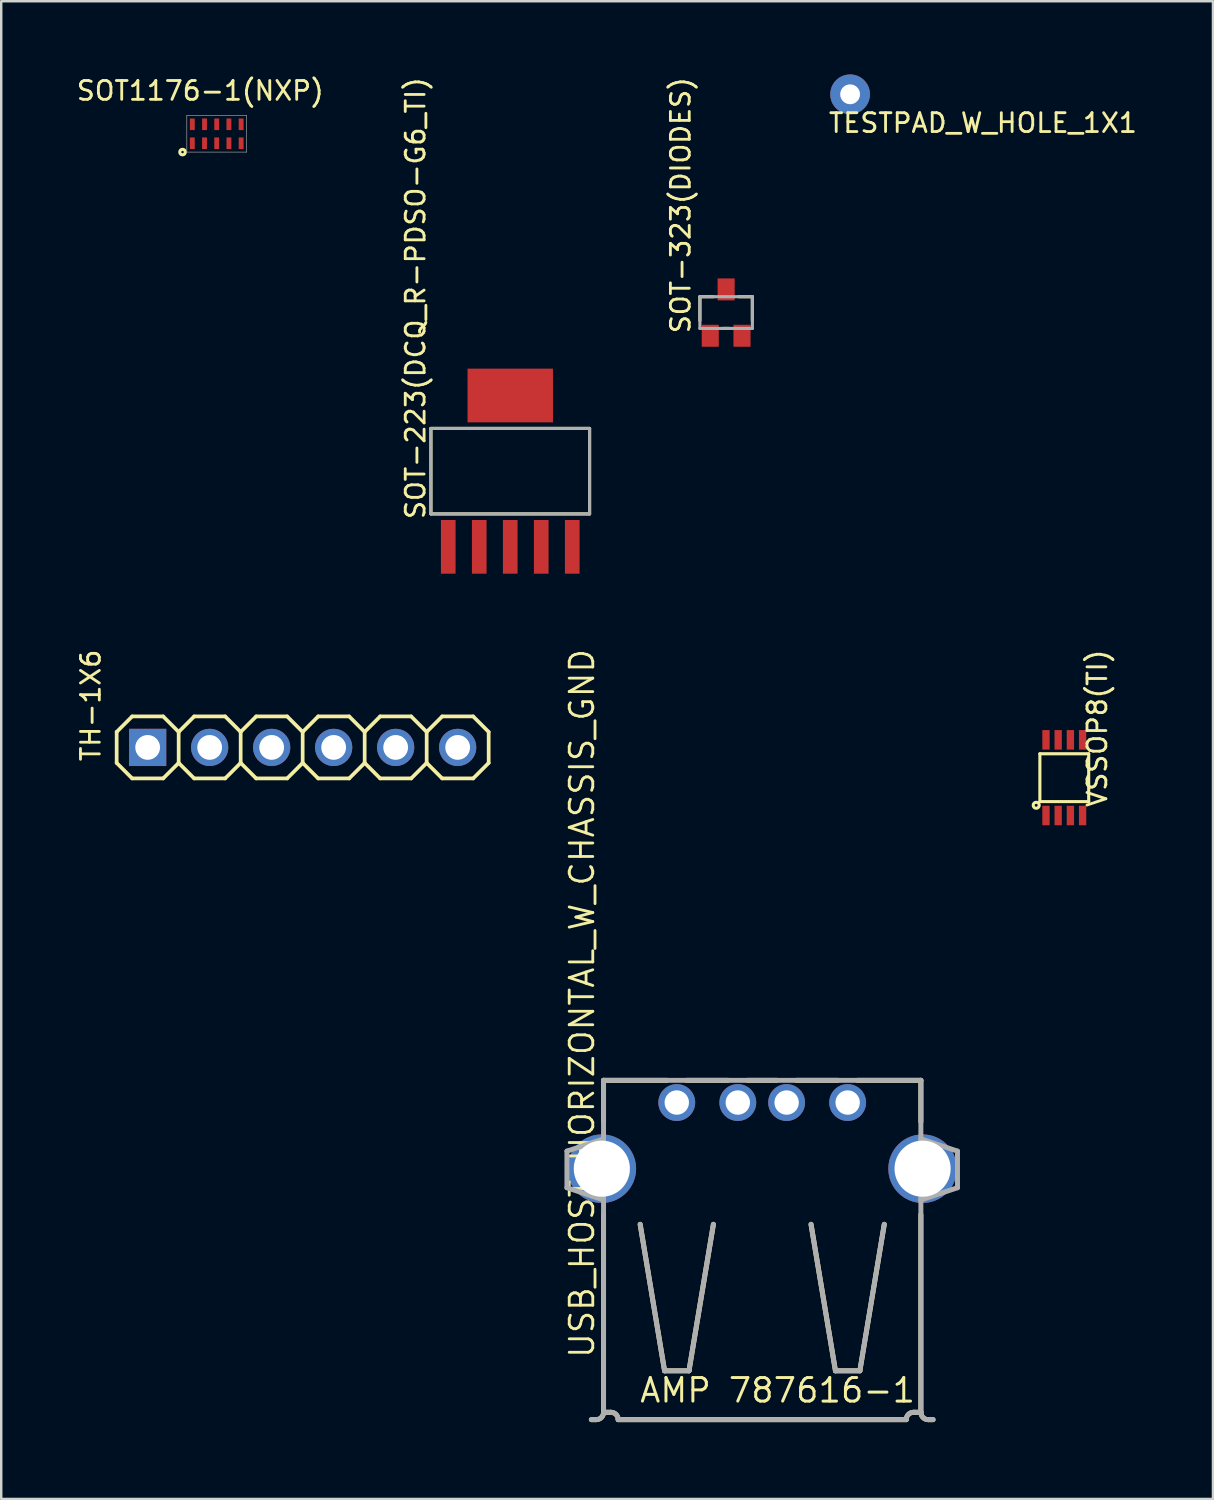
<source format=kicad_pcb>
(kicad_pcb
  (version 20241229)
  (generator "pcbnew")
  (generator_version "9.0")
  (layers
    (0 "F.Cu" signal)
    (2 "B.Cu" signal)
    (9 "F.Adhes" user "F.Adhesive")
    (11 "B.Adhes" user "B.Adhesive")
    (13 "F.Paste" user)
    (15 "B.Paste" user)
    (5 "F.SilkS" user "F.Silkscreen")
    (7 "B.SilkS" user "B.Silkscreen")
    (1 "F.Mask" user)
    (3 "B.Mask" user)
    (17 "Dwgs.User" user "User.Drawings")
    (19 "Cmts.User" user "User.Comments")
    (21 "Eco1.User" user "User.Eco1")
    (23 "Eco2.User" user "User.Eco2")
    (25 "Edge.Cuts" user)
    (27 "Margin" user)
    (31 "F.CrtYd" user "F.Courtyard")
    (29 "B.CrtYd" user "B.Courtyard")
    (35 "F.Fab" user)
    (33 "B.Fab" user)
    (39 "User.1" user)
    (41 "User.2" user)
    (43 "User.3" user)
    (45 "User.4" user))
  (footprint "USB_HOST_HORIZONTAL_W_CHASSIS_GND"
    (layer "F.Cu")
    (at 28.175 55.107)
    (property "Reference" "USB_HOST_HORIZONTAL_W_CHASSIS_GND" (at -6.817 -2.453 270) (layer "F.SilkS") (effects (font (size 0.965 0.965) (thickness 0.116)) (justify left bottom)))
    (attr through_hole)
    (fp_line (start -6.8 0) (end -7 0) (stroke (width 0.203) (type solid)) (layer "F.SilkS"))
    (fp_line (start -6.5 -13.9) (end -6.5 -12.2) (stroke (width 0.203) (type solid)) (layer "F.SilkS"))
    (fp_line (start -6.5 -8.4) (end -6.5 -0.3) (stroke (width 0.203) (type solid)) (layer "F.SilkS"))
    (fp_line (start -6.5 -0.3) (end -6.5 -0.3) (stroke (width 0.203) (type solid)) (layer "F.SilkS"))
    (fp_line (start -6.5 -0.3) (end -6.2 -0.3) (stroke (width 0.203) (type solid)) (layer "F.SilkS"))
    (fp_line (start -5.9 0) (end 5.9 0) (stroke (width 0.203) (type solid)) (layer "F.SilkS"))
    (fp_line (start -5 -8) (end -4 -2) (stroke (width 0.203) (type solid)) (layer "F.SilkS"))
    (fp_line (start -4 -2) (end -3 -2) (stroke (width 0.203) (type solid)) (layer "F.SilkS"))
    (fp_line (start -3.9 -13.9) (end -6.5 -13.9) (stroke (width 0.203) (type solid)) (layer "F.SilkS"))
    (fp_line (start -3 -2) (end -2 -8) (stroke (width 0.203) (type solid)) (layer "F.SilkS"))
    (fp_line (start -1.4 -13.9) (end -3.1 -13.9) (stroke (width 0.203) (type solid)) (layer "F.SilkS"))
    (fp_line (start 0.6 -13.9) (end -0.6 -13.9) (stroke (width 0.203) (type solid)) (layer "F.SilkS"))
    (fp_line (start 3 -2) (end 2 -8) (stroke (width 0.203) (type solid)) (layer "F.SilkS"))
    (fp_line (start 3.1 -13.9) (end 1.4 -13.9) (stroke (width 0.203) (type solid)) (layer "F.SilkS"))
    (fp_line (start 4 -2) (end 3 -2) (stroke (width 0.203) (type solid)) (layer "F.SilkS"))
    (fp_line (start 5 -8) (end 4 -2) (stroke (width 0.203) (type solid)) (layer "F.SilkS"))
    (fp_line (start 6.2 -0.3) (end 6.5 -0.3) (stroke (width 0.203) (type solid)) (layer "F.SilkS"))
    (fp_line (start 6.5 -13.9) (end 3.9 -13.9) (stroke (width 0.203) (type solid)) (layer "F.SilkS"))
    (fp_line (start 6.5 -12.2) (end 6.5 -13.9) (stroke (width 0.203) (type solid)) (layer "F.SilkS"))
    (fp_line (start 6.5 -0.3) (end 6.5 -8.4) (stroke (width 0.203) (type solid)) (layer "F.SilkS"))
    (fp_line (start 6.8 0) (end 7 0) (stroke (width 0.203) (type solid)) (layer "F.SilkS"))
    (fp_arc (start -6.4999 -0.3) (mid -6.587768 -0.087868) (end -6.7999 0) (stroke (width 0.2032) (type solid)) (layer "F.SilkS"))
    (fp_arc (start -6.2 -0.3) (mid -5.987868 -0.212132) (end -5.9 0) (stroke (width 0.2032) (type solid)) (layer "F.SilkS"))
    (fp_arc (start 5.9 0) (mid 5.987862 -0.212167) (end 6.199999 -0.300099) (stroke (width 0.2032) (type solid)) (layer "F.SilkS"))
    (fp_arc (start 6.8 0) (mid 6.587868 -0.087868) (end 6.5 -0.3) (stroke (width 0.2032) (type solid)) (layer "F.SilkS"))
    (fp_line (start -8 -11) (end -8 -9.5) (stroke (width 0.203) (type solid)) (layer "F.Fab"))
    (fp_line (start -8 -9.5) (end -6.5 -9) (stroke (width 0.203) (type solid)) (layer "F.Fab"))
    (fp_line (start -6.8 0) (end -7 0) (stroke (width 0.203) (type solid)) (layer "F.Fab"))
    (fp_line (start -6.5 -13.9) (end -6.5 -11.5) (stroke (width 0.203) (type solid)) (layer "F.Fab"))
    (fp_line (start -6.5 -11.5) (end -8 -11) (stroke (width 0.203) (type solid)) (layer "F.Fab"))
    (fp_line (start -6.5 -11.5) (end -6.5 -9) (stroke (width 0.203) (type solid)) (layer "F.Fab"))
    (fp_line (start -6.5 -9) (end -6.5 -0.3) (stroke (width 0.203) (type solid)) (layer "F.Fab"))
    (fp_line (start -6.5 -0.3) (end -6.5 -0.3) (stroke (width 0.203) (type solid)) (layer "F.Fab"))
    (fp_line (start -6.5 -0.3) (end -6.2 -0.3) (stroke (width 0.203) (type solid)) (layer "F.Fab"))
    (fp_line (start -5.9 0) (end 5.9 0) (stroke (width 0.203) (type solid)) (layer "F.Fab"))
    (fp_line (start -5 -8) (end -4 -2) (stroke (width 0.203) (type solid)) (layer "F.Fab"))
    (fp_line (start -4 -2) (end -3 -2) (stroke (width 0.203) (type solid)) (layer "F.Fab"))
    (fp_line (start -3 -2) (end -2 -8) (stroke (width 0.203) (type solid)) (layer "F.Fab"))
    (fp_line (start 3 -2) (end 2 -8) (stroke (width 0.203) (type solid)) (layer "F.Fab"))
    (fp_line (start 4 -2) (end 3 -2) (stroke (width 0.203) (type solid)) (layer "F.Fab"))
    (fp_line (start 5 -8) (end 4 -2) (stroke (width 0.203) (type solid)) (layer "F.Fab"))
    (fp_line (start 6.2 -0.3) (end 6.5 -0.3) (stroke (width 0.203) (type solid)) (layer "F.Fab"))
    (fp_line (start 6.5 -13.9) (end -6.5 -13.9) (stroke (width 0.203) (type solid)) (layer "F.Fab"))
    (fp_line (start 6.5 -11.5) (end 6.5 -13.9) (stroke (width 0.203) (type solid)) (layer "F.Fab"))
    (fp_line (start 6.5 -11.5) (end 8 -11) (stroke (width 0.203) (type solid)) (layer "F.Fab"))
    (fp_line (start 6.5 -9) (end 6.5 -11.5) (stroke (width 0.203) (type solid)) (layer "F.Fab"))
    (fp_line (start 6.5 -0.3) (end 6.5 -9) (stroke (width 0.203) (type solid)) (layer "F.Fab"))
    (fp_line (start 6.8 0) (end 7 0) (stroke (width 0.203) (type solid)) (layer "F.Fab"))
    (fp_line (start 8 -11) (end 8 -9.5) (stroke (width 0.203) (type solid)) (layer "F.Fab"))
    (fp_line (start 8 -9.5) (end 6.5 -9) (stroke (width 0.203) (type solid)) (layer "F.Fab"))
    (fp_arc (start -6.4999 -0.3) (mid -6.587768 -0.087868) (end -6.7999 0) (stroke (width 0.2032) (type solid)) (layer "F.Fab"))
    (fp_arc (start -6.2 -0.3) (mid -5.987868 -0.212132) (end -5.9 0) (stroke (width 0.2032) (type solid)) (layer "F.Fab"))
    (fp_arc (start 5.9 0) (mid 5.987862 -0.212167) (end 6.199999 -0.300099) (stroke (width 0.2032) (type solid)) (layer "F.Fab"))
    (fp_arc (start 6.8 0) (mid 6.587868 -0.087868) (end 6.5 -0.3) (stroke (width 0.2032) (type solid)) (layer "F.Fab"))
    (fp_text user "AMP 787616-1" (at -5.08 -0.635 0) (layer "F.SilkS") (effects (font (size 0.965 0.965) (thickness 0.122)) (justify left bottom)))
    (pad "1" thru_hole circle (at -3.5 -12.99) (size 1.508 1.508) (drill 1) (layers "*.Cu" "*.Mask"))
    (pad "2" thru_hole circle (at -1 -12.99) (size 1.508 1.508) (drill 1) (layers "*.Cu" "*.Mask"))
    (pad "3" thru_hole circle (at 1 -12.99) (size 1.508 1.508) (drill 1) (layers "*.Cu" "*.Mask"))
    (pad "4" thru_hole circle (at 3.5 -12.99) (size 1.508 1.508) (drill 1) (layers "*.Cu" "*.Mask"))
    (pad "5" thru_hole circle (at -6.57 -10.28) (size 2.808 2.808) (drill 2.3) (layers "*.Cu" "*.Mask"))
    (pad "6" thru_hole circle (at 6.57 -10.28) (size 2.808 2.808) (drill 2.3) (layers "*.Cu" "*.Mask")))
  (footprint "SOT1176-1(NXP)"
    (layer "F.Cu")
    (at 5.828 2.43)
    (property "Reference" "SOT1176-1(NXP)" (at -0.675 -1.31 180) (layer "F.SilkS") (effects (font (size 0.772 0.772) (thickness 0.116)) (justify bottom)))
    (attr through_hole)
    (fp_circle (center -1.4 0.75) (end -1.35 0.75) (stroke (width 0.127) (type solid)) (fill no) (layer "F.SilkS"))
    (fp_line (start -1.225 -0.75) (end 1.225 -0.75) (stroke (width 0.025) (type solid)) (layer "F.Fab"))
    (fp_line (start -1.225 0.75) (end -1.225 -0.75) (stroke (width 0.025) (type solid)) (layer "F.Fab"))
    (fp_line (start 1.225 -0.75) (end 1.225 0.75) (stroke (width 0.025) (type solid)) (layer "F.Fab"))
    (fp_line (start 1.225 0.75) (end -1.225 0.75) (stroke (width 0.025) (type solid)) (layer "F.Fab"))
    (pad "1" smd rect (at -1 0.388) (size 0.2 0.475) (layers "F.Cu" "F.Mask" "F.Paste"))
    (pad "2" smd rect (at -0.5 0.388) (size 0.2 0.475) (layers "F.Cu" "F.Mask" "F.Paste"))
    (pad "3" smd rect (at 0 0.388) (size 0.2 0.475) (layers "F.Cu" "F.Mask" "F.Paste"))
    (pad "4" smd rect (at 0.5 0.388) (size 0.2 0.475) (layers "F.Cu" "F.Mask" "F.Paste"))
    (pad "5" smd rect (at 1 0.388) (size 0.2 0.475) (layers "F.Cu" "F.Mask" "F.Paste"))
    (pad "6" smd rect (at 1 -0.388) (size 0.2 0.475) (layers "F.Cu" "F.Mask" "F.Paste"))
    (pad "7" smd rect (at 0.5 -0.388) (size 0.2 0.475) (layers "F.Cu" "F.Mask" "F.Paste"))
    (pad "8" smd rect (at 0 -0.388) (size 0.2 0.475) (layers "F.Cu" "F.Mask" "F.Paste"))
    (pad "9" smd rect (at -0.5 -0.388) (size 0.2 0.475) (layers "F.Cu" "F.Mask" "F.Paste"))
    (pad "10" smd rect (at -1 -0.388) (size 0.2 0.475) (layers "F.Cu" "F.Mask" "F.Paste")))
  (footprint "SOT-323(DIODES)"
    (layer "F.Cu")
    (at 26.697 9.755)
    (property "Reference" "SOT-323(DIODES)" (at -1.411 0.917 270) (layer "F.SilkS") (effects (font (size 0.772 0.772) (thickness 0.116)) (justify left bottom)))
    (attr through_hole)
    (fp_line (start -1.075 -0.65) (end -1.075 0.33) (stroke (width 0.127) (type solid)) (layer "F.SilkS"))
    (fp_line (start -0.52 -0.65) (end -1.075 -0.65) (stroke (width 0.127) (type solid)) (layer "F.SilkS"))
    (fp_line (start -0.13 0.65) (end 0.13 0.65) (stroke (width 0.127) (type solid)) (layer "F.SilkS"))
    (fp_line (start 0.52 -0.65) (end 1.075 -0.65) (stroke (width 0.127) (type solid)) (layer "F.SilkS"))
    (fp_line (start 1.075 -0.65) (end 1.075 0.33) (stroke (width 0.127) (type solid)) (layer "F.SilkS"))
    (fp_line (start -1.075 -0.65) (end -1.075 0.65) (stroke (width 0.127) (type solid)) (layer "F.Fab"))
    (fp_line (start -1.075 0.65) (end 1.075 0.65) (stroke (width 0.127) (type solid)) (layer "F.Fab"))
    (fp_line (start 1.075 -0.65) (end -1.075 -0.65) (stroke (width 0.127) (type solid)) (layer "F.Fab"))
    (fp_line (start 1.075 0.65) (end 1.075 -0.65) (stroke (width 0.127) (type solid)) (layer "F.Fab"))
    (pad "D" smd rect (at 0 -0.95) (size 0.7 0.9) (layers "F.Cu" "F.Mask" "F.Paste"))
    (pad "G" smd rect (at -0.65 0.95) (size 0.7 0.9) (layers "F.Cu" "F.Mask" "F.Paste"))
    (pad "S" smd rect (at 0.65 0.95) (size 0.7 0.9) (layers "F.Cu" "F.Mask" "F.Paste")))
  (footprint "TESTPAD_W_HOLE_1X1"
    (layer "F.Cu")
    (at 31.776 0.813)
    (property "Reference" "TESTPAD_W_HOLE_1X1" (at -0.94 1.626 0) (layer "F.SilkS") (effects (font (size 0.772 0.772) (thickness 0.116)) (justify left bottom)))
    (attr through_hole)
    (pad "P$1" thru_hole circle (at 0 0) (size 1.626 1.626) (drill 0.813) (layers "*.Cu" "*.Mask")))
  (footprint "TH-1X6"
    (layer "F.Cu")
    (at 9.349 27.569)
    (property "Reference" "TH-1X6" (at -8.23 0.635 90) (layer "F.SilkS") (effects (font (size 0.772 0.772) (thickness 0.116)) (justify left bottom)))
    (attr through_hole)
    (fp_line (start -7.62 -0.635) (end -6.985 -1.27) (stroke (width 0.152) (type solid)) (layer "F.SilkS"))
    (fp_line (start -7.62 0.635) (end -7.62 -0.635) (stroke (width 0.152) (type solid)) (layer "F.SilkS"))
    (fp_line (start -7.62 0.635) (end -6.985 1.27) (stroke (width 0.152) (type solid)) (layer "F.SilkS"))
    (fp_line (start -6.985 -1.27) (end -5.715 -1.27) (stroke (width 0.152) (type solid)) (layer "F.SilkS"))
    (fp_line (start -6.985 1.27) (end -5.715 1.27) (stroke (width 0.152) (type solid)) (layer "F.SilkS"))
    (fp_line (start -5.715 -1.27) (end -5.08 -0.635) (stroke (width 0.152) (type solid)) (layer "F.SilkS"))
    (fp_line (start -5.715 1.27) (end -5.08 0.635) (stroke (width 0.152) (type solid)) (layer "F.SilkS"))
    (fp_line (start -5.08 -0.635) (end -5.08 0.635) (stroke (width 0.152) (type solid)) (layer "F.SilkS"))
    (fp_line (start -5.08 -0.635) (end -4.445 -1.27) (stroke (width 0.152) (type solid)) (layer "F.SilkS"))
    (fp_line (start -5.08 0.635) (end -4.445 1.27) (stroke (width 0.152) (type solid)) (layer "F.SilkS"))
    (fp_line (start -4.445 -1.27) (end -3.175 -1.27) (stroke (width 0.152) (type solid)) (layer "F.SilkS"))
    (fp_line (start -4.445 1.27) (end -3.175 1.27) (stroke (width 0.152) (type solid)) (layer "F.SilkS"))
    (fp_line (start -3.175 -1.27) (end -2.54 -0.635) (stroke (width 0.152) (type solid)) (layer "F.SilkS"))
    (fp_line (start -3.175 1.27) (end -2.54 0.635) (stroke (width 0.152) (type solid)) (layer "F.SilkS"))
    (fp_line (start -2.54 -0.635) (end -2.54 0.635) (stroke (width 0.152) (type solid)) (layer "F.SilkS"))
    (fp_line (start -2.54 -0.635) (end -1.905 -1.27) (stroke (width 0.152) (type solid)) (layer "F.SilkS"))
    (fp_line (start -2.54 0.635) (end -1.905 1.27) (stroke (width 0.152) (type solid)) (layer "F.SilkS"))
    (fp_line (start -1.905 -1.27) (end -0.635 -1.27) (stroke (width 0.152) (type solid)) (layer "F.SilkS"))
    (fp_line (start -1.905 1.27) (end -0.635 1.27) (stroke (width 0.152) (type solid)) (layer "F.SilkS"))
    (fp_line (start -0.635 -1.27) (end 0 -0.635) (stroke (width 0.152) (type solid)) (layer "F.SilkS"))
    (fp_line (start -0.635 1.27) (end 0 0.635) (stroke (width 0.152) (type solid)) (layer "F.SilkS"))
    (fp_line (start 0 -0.635) (end 0 0.635) (stroke (width 0.152) (type solid)) (layer "F.SilkS"))
    (fp_line (start 0.635 -1.27) (end 0 -0.635) (stroke (width 0.152) (type solid)) (layer "F.SilkS"))
    (fp_line (start 0.635 1.27) (end 0 0.635) (stroke (width 0.152) (type solid)) (layer "F.SilkS"))
    (fp_line (start 1.905 -1.27) (end 0.635 -1.27) (stroke (width 0.152) (type solid)) (layer "F.SilkS"))
    (fp_line (start 1.905 1.27) (end 0.635 1.27) (stroke (width 0.152) (type solid)) (layer "F.SilkS"))
    (fp_line (start 2.54 -0.635) (end 1.905 -1.27) (stroke (width 0.152) (type solid)) (layer "F.SilkS"))
    (fp_line (start 2.54 0.635) (end 1.905 1.27) (stroke (width 0.152) (type solid)) (layer "F.SilkS"))
    (fp_line (start 2.54 0.635) (end 2.54 -0.635) (stroke (width 0.152) (type solid)) (layer "F.SilkS"))
    (fp_line (start 3.175 -1.27) (end 2.54 -0.635) (stroke (width 0.152) (type solid)) (layer "F.SilkS"))
    (fp_line (start 3.175 1.27) (end 2.54 0.635) (stroke (width 0.152) (type solid)) (layer "F.SilkS"))
    (fp_line (start 4.445 -1.27) (end 3.175 -1.27) (stroke (width 0.152) (type solid)) (layer "F.SilkS"))
    (fp_line (start 4.445 1.27) (end 3.175 1.27) (stroke (width 0.152) (type solid)) (layer "F.SilkS"))
    (fp_line (start 5.08 -0.635) (end 4.445 -1.27) (stroke (width 0.152) (type solid)) (layer "F.SilkS"))
    (fp_line (start 5.08 0.635) (end 4.445 1.27) (stroke (width 0.152) (type solid)) (layer "F.SilkS"))
    (fp_line (start 5.08 0.635) (end 5.08 -0.635) (stroke (width 0.152) (type solid)) (layer "F.SilkS"))
    (fp_line (start 5.715 -1.27) (end 5.08 -0.635) (stroke (width 0.152) (type solid)) (layer "F.SilkS"))
    (fp_line (start 5.715 1.27) (end 5.08 0.635) (stroke (width 0.152) (type solid)) (layer "F.SilkS"))
    (fp_line (start 6.985 -1.27) (end 5.715 -1.27) (stroke (width 0.152) (type solid)) (layer "F.SilkS"))
    (fp_line (start 6.985 1.27) (end 5.715 1.27) (stroke (width 0.152) (type solid)) (layer "F.SilkS"))
    (fp_line (start 7.62 -0.635) (end 6.985 -1.27) (stroke (width 0.152) (type solid)) (layer "F.SilkS"))
    (fp_line (start 7.62 -0.635) (end 7.62 0.635) (stroke (width 0.152) (type solid)) (layer "F.SilkS"))
    (fp_line (start 7.62 0.635) (end 6.985 1.27) (stroke (width 0.152) (type solid)) (layer "F.SilkS"))
    (fp_poly (pts (xy -6.604 0.254) (xy -6.096 0.254) (xy -6.096 -0.254) (xy -6.604 -0.254)) (stroke (width 0.1) (type solid)) (fill no) (layer "F.Fab"))
    (fp_poly (pts (xy -4.064 0.254) (xy -3.556 0.254) (xy -3.556 -0.254) (xy -4.064 -0.254)) (stroke (width 0.1) (type solid)) (fill no) (layer "F.Fab"))
    (fp_poly (pts (xy -1.524 0.254) (xy -1.016 0.254) (xy -1.016 -0.254) (xy -1.524 -0.254)) (stroke (width 0.1) (type solid)) (fill no) (layer "F.Fab"))
    (fp_poly (pts (xy 1.016 0.254) (xy 1.524 0.254) (xy 1.524 -0.254) (xy 1.016 -0.254)) (stroke (width 0.1) (type solid)) (fill no) (layer "F.Fab"))
    (fp_poly (pts (xy 3.556 0.254) (xy 4.064 0.254) (xy 4.064 -0.254) (xy 3.556 -0.254)) (stroke (width 0.1) (type solid)) (fill no) (layer "F.Fab"))
    (fp_poly (pts (xy 6.096 0.254) (xy 6.604 0.254) (xy 6.604 -0.254) (xy 6.096 -0.254)) (stroke (width 0.1) (type solid)) (fill no) (layer "F.Fab"))
    (pad "1" thru_hole rect (at -6.35 0) (size 1.524 1.524) (drill 1.016) (layers "*.Cu" "*.Mask"))
    (pad "2" thru_hole circle (at -3.81 0) (size 1.524 1.524) (drill 1.016) (layers "*.Cu" "*.Mask"))
    (pad "3" thru_hole circle (at -1.27 0) (size 1.524 1.524) (drill 1.016) (layers "*.Cu" "*.Mask"))
    (pad "4" thru_hole circle (at 1.27 0) (size 1.524 1.524) (drill 1.016) (layers "*.Cu" "*.Mask"))
    (pad "5" thru_hole circle (at 3.81 0) (size 1.524 1.524) (drill 1.016) (layers "*.Cu" "*.Mask"))
    (pad "6" thru_hole circle (at 6.35 0) (size 1.524 1.524) (drill 1.016) (layers "*.Cu" "*.Mask")))
  (footprint "VSSOP8(TI)"
    (layer "F.Cu")
    (at 40.55 28.809)
    (property "Reference" "VSSOP8(TI)" (at 1.803 1.27 90) (layer "F.SilkS") (effects (font (size 0.772 0.772) (thickness 0.116)) (justify left bottom)))
    (attr through_hole)
    (fp_line (start -1 -0.98) (end 1 -0.98) (stroke (width 0.127) (type solid)) (layer "F.SilkS"))
    (fp_line (start -1 0.98) (end -1 -0.98) (stroke (width 0.127) (type solid)) (layer "F.SilkS"))
    (fp_line (start 1 -0.98) (end 1 0.98) (stroke (width 0.127) (type solid)) (layer "F.SilkS"))
    (fp_line (start 1 0.98) (end -1 0.98) (stroke (width 0.127) (type solid)) (layer "F.SilkS"))
    (fp_circle (center -1.15 1.13) (end -1.09 1.13) (stroke (width 0.127) (type solid)) (fill no) (layer "F.SilkS"))
    (pad "1" smd rect (at -0.75 1.55) (size 0.3 0.8) (layers "F.Cu" "F.Mask" "F.Paste"))
    (pad "2" smd rect (at -0.25 1.55) (size 0.3 0.8) (layers "F.Cu" "F.Mask" "F.Paste"))
    (pad "3" smd rect (at 0.25 1.55) (size 0.3 0.8) (layers "F.Cu" "F.Mask" "F.Paste"))
    (pad "4" smd rect (at 0.75 1.55) (size 0.3 0.8) (layers "F.Cu" "F.Mask" "F.Paste"))
    (pad "5" smd rect (at 0.75 -1.55) (size 0.3 0.8) (layers "F.Cu" "F.Mask" "F.Paste"))
    (pad "6" smd rect (at 0.25 -1.55) (size 0.3 0.8) (layers "F.Cu" "F.Mask" "F.Paste"))
    (pad "7" smd rect (at -0.25 -1.55) (size 0.3 0.8) (layers "F.Cu" "F.Mask" "F.Paste"))
    (pad "8" smd rect (at -0.75 -1.55) (size 0.3 0.8) (layers "F.Cu" "F.Mask" "F.Paste")))
  (footprint "SOT-223(DCQ_R-PDSO-G6_TI)"
    (layer "F.Cu")
    (at 17.853 16.252)
    (property "Reference" "SOT-223(DCQ_R-PDSO-G6_TI)" (at -3.429 2.032 270) (layer "F.SilkS") (effects (font (size 0.772 0.772) (thickness 0.116)) (justify left bottom)))
    (attr through_hole)
    (fp_line (start -3.25 -1.75) (end -3.25 1.75) (stroke (width 0.127) (type solid)) (layer "F.SilkS"))
    (fp_line (start -3.25 -1.75) (end 3.25 -1.75) (stroke (width 0.127) (type solid)) (layer "F.SilkS"))
    (fp_line (start -3.25 1.75) (end 3.25 1.75) (stroke (width 0.127) (type solid)) (layer "F.SilkS"))
    (fp_line (start 3.25 -1.75) (end 3.25 1.75) (stroke (width 0.127) (type solid)) (layer "F.SilkS"))
    (fp_line (start -3.25 -1.75) (end 3.25 -1.75) (stroke (width 0.127) (type solid)) (layer "F.Fab"))
    (fp_line (start -3.25 1.75) (end -3.25 -1.75) (stroke (width 0.127) (type solid)) (layer "F.Fab"))
    (fp_line (start 3.25 -1.75) (end 3.25 1.75) (stroke (width 0.127) (type solid)) (layer "F.Fab"))
    (fp_line (start 3.25 1.75) (end -3.25 1.75) (stroke (width 0.127) (type solid)) (layer "F.Fab"))
    (pad "1" smd rect (at -2.54 3.1) (size 0.6 2.2) (layers "F.Cu" "F.Mask" "F.Paste"))
    (pad "2" smd rect (at -1.27 3.1) (size 0.6 2.2) (layers "F.Cu" "F.Mask" "F.Paste"))
    (pad "3" smd rect (at 0 3.1) (size 0.6 2.2) (layers "F.Cu" "F.Mask" "F.Paste"))
    (pad "4" smd rect (at 1.27 3.1) (size 0.6 2.2) (layers "F.Cu" "F.Mask" "F.Paste"))
    (pad "5" smd rect (at 2.54 3.1) (size 0.6 2.2) (layers "F.Cu" "F.Mask" "F.Paste"))
    (pad "6" smd rect (at 0 -3.1) (size 3.5 2.2) (layers "F.Cu" "F.Mask" "F.Paste")))
  (gr_rect
    (start -3 -3)
    (end 46.641 58.357)
    (stroke (width 0.1) (type default))
    (fill no)
    (layer "Edge.Cuts")))
</source>
